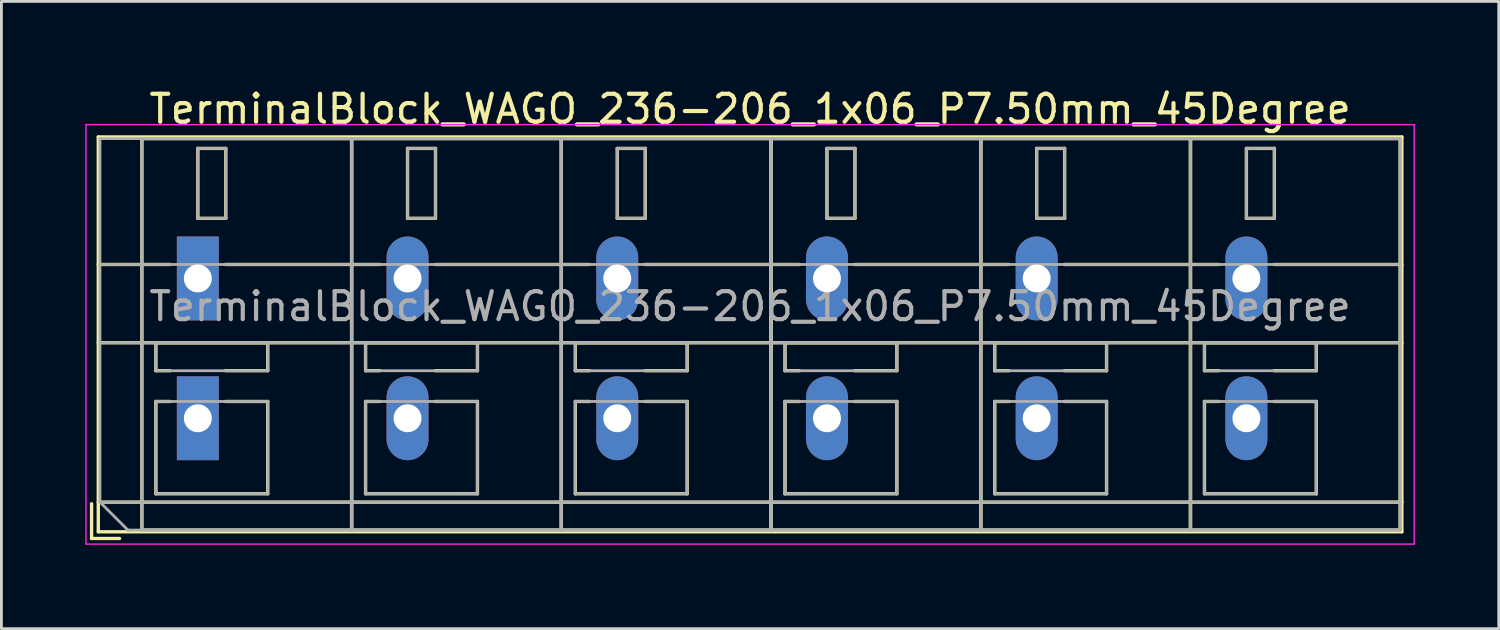
<source format=kicad_pcb>
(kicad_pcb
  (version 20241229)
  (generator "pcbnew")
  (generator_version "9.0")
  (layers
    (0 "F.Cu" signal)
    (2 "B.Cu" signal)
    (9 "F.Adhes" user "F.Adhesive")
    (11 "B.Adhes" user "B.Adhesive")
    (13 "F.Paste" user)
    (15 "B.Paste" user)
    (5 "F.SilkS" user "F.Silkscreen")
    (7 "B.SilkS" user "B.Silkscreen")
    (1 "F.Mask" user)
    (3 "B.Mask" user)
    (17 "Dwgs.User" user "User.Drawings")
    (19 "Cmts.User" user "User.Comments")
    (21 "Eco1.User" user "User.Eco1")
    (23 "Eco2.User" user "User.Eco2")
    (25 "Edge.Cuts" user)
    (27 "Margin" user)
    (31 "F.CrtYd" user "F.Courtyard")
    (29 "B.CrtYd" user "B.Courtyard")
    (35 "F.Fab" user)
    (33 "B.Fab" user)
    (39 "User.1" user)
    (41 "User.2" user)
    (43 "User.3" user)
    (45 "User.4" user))
  (footprint "TerminalBlock_WAGO_236-206_1x06_P7.50mm_45Degree"
    (layer "F.Cu")
    (at 4.025 11.908)
    (property "Reference" "TerminalBlock_WAGO_236-206_1x06_P7.50mm_45Degree" (at 19.75 -11.06 0) (layer "F.SilkS") (effects (font (size 1 1) (thickness 0.15))))
    (attr through_hole)
    (fp_line (start -3.8 3.06) (end -3.8 4.3) (stroke (width 0.12) (type solid)) (layer "F.SilkS"))
    (fp_line (start -3.8 4.3) (end -2.8 4.3) (stroke (width 0.12) (type solid)) (layer "F.SilkS"))
    (fp_line (start -3.56 -10.06) (end -3.56 4.06) (stroke (width 0.12) (type solid)) (layer "F.SilkS"))
    (fp_line (start -3.56 -10.06) (end 43.06 -10.06) (stroke (width 0.12) (type solid)) (layer "F.SilkS"))
    (fp_line (start -3.56 -5.5) (end -0.99 -5.5) (stroke (width 0.12) (type solid)) (layer "F.SilkS"))
    (fp_line (start -3.56 -2.7) (end 43.06 -2.7) (stroke (width 0.12) (type solid)) (layer "F.SilkS"))
    (fp_line (start -3.56 3) (end 43.06 3) (stroke (width 0.12) (type solid)) (layer "F.SilkS"))
    (fp_line (start -3.56 4.06) (end 43.06 4.06) (stroke (width 0.12) (type solid)) (layer "F.SilkS"))
    (fp_line (start -2 -10) (end -2 4) (stroke (width 0.12) (type solid)) (layer "F.SilkS"))
    (fp_line (start -2 -10) (end 5.5 -10) (stroke (width 0.12) (type solid)) (layer "F.SilkS"))
    (fp_line (start -2 4) (end 5.5 4) (stroke (width 0.12) (type solid)) (layer "F.SilkS"))
    (fp_line (start -1.5 -2.7) (end -1.5 -1.701) (stroke (width 0.12) (type solid)) (layer "F.SilkS"))
    (fp_line (start -1.5 -2.7) (end 2.5 -2.7) (stroke (width 0.12) (type solid)) (layer "F.SilkS"))
    (fp_line (start -1.5 -1.701) (end -0.99 -1.701) (stroke (width 0.12) (type solid)) (layer "F.SilkS"))
    (fp_line (start -1.5 -0.6) (end -1.5 2.7) (stroke (width 0.12) (type solid)) (layer "F.SilkS"))
    (fp_line (start -1.5 -0.6) (end -0.99 -0.6) (stroke (width 0.12) (type solid)) (layer "F.SilkS"))
    (fp_line (start -1.5 2.7) (end 2.5 2.7) (stroke (width 0.12) (type solid)) (layer "F.SilkS"))
    (fp_line (start 0 -9.65) (end 0 -7.15) (stroke (width 0.12) (type solid)) (layer "F.SilkS"))
    (fp_line (start 0 -9.65) (end 1 -9.65) (stroke (width 0.12) (type solid)) (layer "F.SilkS"))
    (fp_line (start 0 -7.15) (end 1 -7.15) (stroke (width 0.12) (type solid)) (layer "F.SilkS"))
    (fp_line (start 0.99 -5.5) (end 6.51 -5.5) (stroke (width 0.12) (type solid)) (layer "F.SilkS"))
    (fp_line (start 0.99 -1.701) (end 2.5 -1.701) (stroke (width 0.12) (type solid)) (layer "F.SilkS"))
    (fp_line (start 0.99 -0.6) (end 2.5 -0.6) (stroke (width 0.12) (type solid)) (layer "F.SilkS"))
    (fp_line (start 1 -9.65) (end 1 -7.15) (stroke (width 0.12) (type solid)) (layer "F.SilkS"))
    (fp_line (start 2.5 -2.7) (end 2.5 -1.701) (stroke (width 0.12) (type solid)) (layer "F.SilkS"))
    (fp_line (start 2.5 -0.6) (end 2.5 2.7) (stroke (width 0.12) (type solid)) (layer "F.SilkS"))
    (fp_line (start 5.5 -10) (end 5.5 4) (stroke (width 0.12) (type solid)) (layer "F.SilkS"))
    (fp_line (start 5.5 -10) (end 5.5 4) (stroke (width 0.12) (type solid)) (layer "F.SilkS"))
    (fp_line (start 5.5 -10) (end 13 -10) (stroke (width 0.12) (type solid)) (layer "F.SilkS"))
    (fp_line (start 5.5 4) (end 13 4) (stroke (width 0.12) (type solid)) (layer "F.SilkS"))
    (fp_line (start 6 -2.7) (end 6 -1.701) (stroke (width 0.12) (type solid)) (layer "F.SilkS"))
    (fp_line (start 6 -2.7) (end 10 -2.7) (stroke (width 0.12) (type solid)) (layer "F.SilkS"))
    (fp_line (start 6 -1.701) (end 6.51 -1.701) (stroke (width 0.12) (type solid)) (layer "F.SilkS"))
    (fp_line (start 6 -0.6) (end 6 2.7) (stroke (width 0.12) (type solid)) (layer "F.SilkS"))
    (fp_line (start 6 -0.6) (end 6.51 -0.6) (stroke (width 0.12) (type solid)) (layer "F.SilkS"))
    (fp_line (start 6 2.7) (end 10 2.7) (stroke (width 0.12) (type solid)) (layer "F.SilkS"))
    (fp_line (start 7.5 -9.65) (end 7.5 -7.15) (stroke (width 0.12) (type solid)) (layer "F.SilkS"))
    (fp_line (start 7.5 -9.65) (end 8.5 -9.65) (stroke (width 0.12) (type solid)) (layer "F.SilkS"))
    (fp_line (start 7.5 -7.15) (end 8.5 -7.15) (stroke (width 0.12) (type solid)) (layer "F.SilkS"))
    (fp_line (start 8.49 -5.5) (end 14.01 -5.5) (stroke (width 0.12) (type solid)) (layer "F.SilkS"))
    (fp_line (start 8.49 -1.701) (end 10 -1.701) (stroke (width 0.12) (type solid)) (layer "F.SilkS"))
    (fp_line (start 8.49 -0.6) (end 10 -0.6) (stroke (width 0.12) (type solid)) (layer "F.SilkS"))
    (fp_line (start 8.5 -9.65) (end 8.5 -7.15) (stroke (width 0.12) (type solid)) (layer "F.SilkS"))
    (fp_line (start 10 -2.7) (end 10 -1.701) (stroke (width 0.12) (type solid)) (layer "F.SilkS"))
    (fp_line (start 10 -0.6) (end 10 2.7) (stroke (width 0.12) (type solid)) (layer "F.SilkS"))
    (fp_line (start 13 -10) (end 13 4) (stroke (width 0.12) (type solid)) (layer "F.SilkS"))
    (fp_line (start 13 -10) (end 13 4) (stroke (width 0.12) (type solid)) (layer "F.SilkS"))
    (fp_line (start 13 -10) (end 20.5 -10) (stroke (width 0.12) (type solid)) (layer "F.SilkS"))
    (fp_line (start 13 4) (end 20.5 4) (stroke (width 0.12) (type solid)) (layer "F.SilkS"))
    (fp_line (start 13.5 -2.7) (end 13.5 -1.701) (stroke (width 0.12) (type solid)) (layer "F.SilkS"))
    (fp_line (start 13.5 -2.7) (end 17.5 -2.7) (stroke (width 0.12) (type solid)) (layer "F.SilkS"))
    (fp_line (start 13.5 -1.701) (end 14.01 -1.701) (stroke (width 0.12) (type solid)) (layer "F.SilkS"))
    (fp_line (start 13.5 -0.6) (end 13.5 2.7) (stroke (width 0.12) (type solid)) (layer "F.SilkS"))
    (fp_line (start 13.5 -0.6) (end 14.01 -0.6) (stroke (width 0.12) (type solid)) (layer "F.SilkS"))
    (fp_line (start 13.5 2.7) (end 17.5 2.7) (stroke (width 0.12) (type solid)) (layer "F.SilkS"))
    (fp_line (start 15 -9.65) (end 15 -7.15) (stroke (width 0.12) (type solid)) (layer "F.SilkS"))
    (fp_line (start 15 -9.65) (end 16 -9.65) (stroke (width 0.12) (type solid)) (layer "F.SilkS"))
    (fp_line (start 15 -7.15) (end 16 -7.15) (stroke (width 0.12) (type solid)) (layer "F.SilkS"))
    (fp_line (start 15.99 -5.5) (end 21.51 -5.5) (stroke (width 0.12) (type solid)) (layer "F.SilkS"))
    (fp_line (start 15.99 -1.701) (end 17.5 -1.701) (stroke (width 0.12) (type solid)) (layer "F.SilkS"))
    (fp_line (start 15.99 -0.6) (end 17.5 -0.6) (stroke (width 0.12) (type solid)) (layer "F.SilkS"))
    (fp_line (start 16 -9.65) (end 16 -7.15) (stroke (width 0.12) (type solid)) (layer "F.SilkS"))
    (fp_line (start 17.5 -2.7) (end 17.5 -1.701) (stroke (width 0.12) (type solid)) (layer "F.SilkS"))
    (fp_line (start 17.5 -0.6) (end 17.5 2.7) (stroke (width 0.12) (type solid)) (layer "F.SilkS"))
    (fp_line (start 20.5 -10) (end 20.5 4) (stroke (width 0.12) (type solid)) (layer "F.SilkS"))
    (fp_line (start 20.5 -10) (end 20.5 4) (stroke (width 0.12) (type solid)) (layer "F.SilkS"))
    (fp_line (start 20.5 -10) (end 28 -10) (stroke (width 0.12) (type solid)) (layer "F.SilkS"))
    (fp_line (start 20.5 4) (end 28 4) (stroke (width 0.12) (type solid)) (layer "F.SilkS"))
    (fp_line (start 21 -2.7) (end 21 -1.701) (stroke (width 0.12) (type solid)) (layer "F.SilkS"))
    (fp_line (start 21 -2.7) (end 25 -2.7) (stroke (width 0.12) (type solid)) (layer "F.SilkS"))
    (fp_line (start 21 -1.701) (end 21.51 -1.701) (stroke (width 0.12) (type solid)) (layer "F.SilkS"))
    (fp_line (start 21 -0.6) (end 21 2.7) (stroke (width 0.12) (type solid)) (layer "F.SilkS"))
    (fp_line (start 21 -0.6) (end 21.51 -0.6) (stroke (width 0.12) (type solid)) (layer "F.SilkS"))
    (fp_line (start 21 2.7) (end 25 2.7) (stroke (width 0.12) (type solid)) (layer "F.SilkS"))
    (fp_line (start 22.5 -9.65) (end 22.5 -7.15) (stroke (width 0.12) (type solid)) (layer "F.SilkS"))
    (fp_line (start 22.5 -9.65) (end 23.5 -9.65) (stroke (width 0.12) (type solid)) (layer "F.SilkS"))
    (fp_line (start 22.5 -7.15) (end 23.5 -7.15) (stroke (width 0.12) (type solid)) (layer "F.SilkS"))
    (fp_line (start 23.49 -5.5) (end 29.01 -5.5) (stroke (width 0.12) (type solid)) (layer "F.SilkS"))
    (fp_line (start 23.49 -1.701) (end 25 -1.701) (stroke (width 0.12) (type solid)) (layer "F.SilkS"))
    (fp_line (start 23.49 -0.6) (end 25 -0.6) (stroke (width 0.12) (type solid)) (layer "F.SilkS"))
    (fp_line (start 23.5 -9.65) (end 23.5 -7.15) (stroke (width 0.12) (type solid)) (layer "F.SilkS"))
    (fp_line (start 25 -2.7) (end 25 -1.701) (stroke (width 0.12) (type solid)) (layer "F.SilkS"))
    (fp_line (start 25 -0.6) (end 25 2.7) (stroke (width 0.12) (type solid)) (layer "F.SilkS"))
    (fp_line (start 28 -10) (end 28 4) (stroke (width 0.12) (type solid)) (layer "F.SilkS"))
    (fp_line (start 28 -10) (end 28 4) (stroke (width 0.12) (type solid)) (layer "F.SilkS"))
    (fp_line (start 28 -10) (end 35.5 -10) (stroke (width 0.12) (type solid)) (layer "F.SilkS"))
    (fp_line (start 28 4) (end 35.5 4) (stroke (width 0.12) (type solid)) (layer "F.SilkS"))
    (fp_line (start 28.5 -2.7) (end 28.5 -1.701) (stroke (width 0.12) (type solid)) (layer "F.SilkS"))
    (fp_line (start 28.5 -2.7) (end 32.5 -2.7) (stroke (width 0.12) (type solid)) (layer "F.SilkS"))
    (fp_line (start 28.5 -1.701) (end 29.01 -1.701) (stroke (width 0.12) (type solid)) (layer "F.SilkS"))
    (fp_line (start 28.5 -0.6) (end 28.5 2.7) (stroke (width 0.12) (type solid)) (layer "F.SilkS"))
    (fp_line (start 28.5 -0.6) (end 29.01 -0.6) (stroke (width 0.12) (type solid)) (layer "F.SilkS"))
    (fp_line (start 28.5 2.7) (end 32.5 2.7) (stroke (width 0.12) (type solid)) (layer "F.SilkS"))
    (fp_line (start 30 -9.65) (end 30 -7.15) (stroke (width 0.12) (type solid)) (layer "F.SilkS"))
    (fp_line (start 30 -9.65) (end 31 -9.65) (stroke (width 0.12) (type solid)) (layer "F.SilkS"))
    (fp_line (start 30 -7.15) (end 31 -7.15) (stroke (width 0.12) (type solid)) (layer "F.SilkS"))
    (fp_line (start 30.99 -5.5) (end 36.51 -5.5) (stroke (width 0.12) (type solid)) (layer "F.SilkS"))
    (fp_line (start 30.99 -1.701) (end 32.5 -1.701) (stroke (width 0.12) (type solid)) (layer "F.SilkS"))
    (fp_line (start 30.99 -0.6) (end 32.5 -0.6) (stroke (width 0.12) (type solid)) (layer "F.SilkS"))
    (fp_line (start 31 -9.65) (end 31 -7.15) (stroke (width 0.12) (type solid)) (layer "F.SilkS"))
    (fp_line (start 32.5 -2.7) (end 32.5 -1.701) (stroke (width 0.12) (type solid)) (layer "F.SilkS"))
    (fp_line (start 32.5 -0.6) (end 32.5 2.7) (stroke (width 0.12) (type solid)) (layer "F.SilkS"))
    (fp_line (start 35.5 -10) (end 35.5 4) (stroke (width 0.12) (type solid)) (layer "F.SilkS"))
    (fp_line (start 35.5 -10) (end 35.5 4) (stroke (width 0.12) (type solid)) (layer "F.SilkS"))
    (fp_line (start 35.5 -10) (end 43 -10) (stroke (width 0.12) (type solid)) (layer "F.SilkS"))
    (fp_line (start 35.5 4) (end 43 4) (stroke (width 0.12) (type solid)) (layer "F.SilkS"))
    (fp_line (start 36 -2.7) (end 36 -1.701) (stroke (width 0.12) (type solid)) (layer "F.SilkS"))
    (fp_line (start 36 -2.7) (end 40 -2.7) (stroke (width 0.12) (type solid)) (layer "F.SilkS"))
    (fp_line (start 36 -1.701) (end 36.51 -1.701) (stroke (width 0.12) (type solid)) (layer "F.SilkS"))
    (fp_line (start 36 -0.6) (end 36 2.7) (stroke (width 0.12) (type solid)) (layer "F.SilkS"))
    (fp_line (start 36 -0.6) (end 36.51 -0.6) (stroke (width 0.12) (type solid)) (layer "F.SilkS"))
    (fp_line (start 36 2.7) (end 40 2.7) (stroke (width 0.12) (type solid)) (layer "F.SilkS"))
    (fp_line (start 37.5 -9.65) (end 37.5 -7.15) (stroke (width 0.12) (type solid)) (layer "F.SilkS"))
    (fp_line (start 37.5 -9.65) (end 38.5 -9.65) (stroke (width 0.12) (type solid)) (layer "F.SilkS"))
    (fp_line (start 37.5 -7.15) (end 38.5 -7.15) (stroke (width 0.12) (type solid)) (layer "F.SilkS"))
    (fp_line (start 38.49 -5.5) (end 43.06 -5.5) (stroke (width 0.12) (type solid)) (layer "F.SilkS"))
    (fp_line (start 38.49 -1.701) (end 40 -1.701) (stroke (width 0.12) (type solid)) (layer "F.SilkS"))
    (fp_line (start 38.49 -0.6) (end 40 -0.6) (stroke (width 0.12) (type solid)) (layer "F.SilkS"))
    (fp_line (start 38.5 -9.65) (end 38.5 -7.15) (stroke (width 0.12) (type solid)) (layer "F.SilkS"))
    (fp_line (start 40 -2.7) (end 40 -1.701) (stroke (width 0.12) (type solid)) (layer "F.SilkS"))
    (fp_line (start 40 -0.6) (end 40 2.7) (stroke (width 0.12) (type solid)) (layer "F.SilkS"))
    (fp_line (start 43 -10) (end 43 4) (stroke (width 0.12) (type solid)) (layer "F.SilkS"))
    (fp_line (start 43.06 -10.06) (end 43.06 4.06) (stroke (width 0.12) (type solid)) (layer "F.SilkS"))
    (fp_line (start -4 -10.5) (end -4 4.5) (stroke (width 0.05) (type solid)) (layer "F.CrtYd"))
    (fp_line (start -4 4.5) (end 43.5 4.5) (stroke (width 0.05) (type solid)) (layer "F.CrtYd"))
    (fp_line (start 43.5 -10.5) (end -4 -10.5) (stroke (width 0.05) (type solid)) (layer "F.CrtYd"))
    (fp_line (start 43.5 4.5) (end 43.5 -10.5) (stroke (width 0.05) (type solid)) (layer "F.CrtYd"))
    (fp_line (start -3.5 -10) (end 43 -10) (stroke (width 0.1) (type solid)) (layer "F.Fab"))
    (fp_line (start -3.5 -5.5) (end 43 -5.5) (stroke (width 0.1) (type solid)) (layer "F.Fab"))
    (fp_line (start -3.5 -2.7) (end 43 -2.7) (stroke (width 0.1) (type solid)) (layer "F.Fab"))
    (fp_line (start -3.5 3) (end -3.5 -10) (stroke (width 0.1) (type solid)) (layer "F.Fab"))
    (fp_line (start -3.5 3) (end 43 3) (stroke (width 0.1) (type solid)) (layer "F.Fab"))
    (fp_line (start -2.5 4) (end -3.5 3) (stroke (width 0.1) (type solid)) (layer "F.Fab"))
    (fp_line (start -2 -10) (end -2 4) (stroke (width 0.1) (type solid)) (layer "F.Fab"))
    (fp_line (start -2 4) (end 5.5 4) (stroke (width 0.1) (type solid)) (layer "F.Fab"))
    (fp_line (start -1.5 -2.7) (end -1.5 -1.7) (stroke (width 0.1) (type solid)) (layer "F.Fab"))
    (fp_line (start -1.5 -1.7) (end 2.5 -1.7) (stroke (width 0.1) (type solid)) (layer "F.Fab"))
    (fp_line (start -1.5 -0.6) (end -1.5 2.7) (stroke (width 0.1) (type solid)) (layer "F.Fab"))
    (fp_line (start -1.5 2.7) (end 2.5 2.7) (stroke (width 0.1) (type solid)) (layer "F.Fab"))
    (fp_line (start 0 -9.65) (end 0 -7.15) (stroke (width 0.1) (type solid)) (layer "F.Fab"))
    (fp_line (start 0 -7.15) (end 1 -7.15) (stroke (width 0.1) (type solid)) (layer "F.Fab"))
    (fp_line (start 1 -9.65) (end 0 -9.65) (stroke (width 0.1) (type solid)) (layer "F.Fab"))
    (fp_line (start 1 -7.15) (end 1 -9.65) (stroke (width 0.1) (type solid)) (layer "F.Fab"))
    (fp_line (start 2.5 -2.7) (end -1.5 -2.7) (stroke (width 0.1) (type solid)) (layer "F.Fab"))
    (fp_line (start 2.5 -1.7) (end 2.5 -2.7) (stroke (width 0.1) (type solid)) (layer "F.Fab"))
    (fp_line (start 2.5 -0.6) (end -1.5 -0.6) (stroke (width 0.1) (type solid)) (layer "F.Fab"))
    (fp_line (start 2.5 2.7) (end 2.5 -0.6) (stroke (width 0.1) (type solid)) (layer "F.Fab"))
    (fp_line (start 5.5 -10) (end -2 -10) (stroke (width 0.1) (type solid)) (layer "F.Fab"))
    (fp_line (start 5.5 -10) (end 5.5 4) (stroke (width 0.1) (type solid)) (layer "F.Fab"))
    (fp_line (start 5.5 4) (end 5.5 -10) (stroke (width 0.1) (type solid)) (layer "F.Fab"))
    (fp_line (start 5.5 4) (end 13 4) (stroke (width 0.1) (type solid)) (layer "F.Fab"))
    (fp_line (start 6 -2.7) (end 6 -1.7) (stroke (width 0.1) (type solid)) (layer "F.Fab"))
    (fp_line (start 6 -1.7) (end 10 -1.7) (stroke (width 0.1) (type solid)) (layer "F.Fab"))
    (fp_line (start 6 -0.6) (end 6 2.7) (stroke (width 0.1) (type solid)) (layer "F.Fab"))
    (fp_line (start 6 2.7) (end 10 2.7) (stroke (width 0.1) (type solid)) (layer "F.Fab"))
    (fp_line (start 7.5 -9.65) (end 7.5 -7.15) (stroke (width 0.1) (type solid)) (layer "F.Fab"))
    (fp_line (start 7.5 -7.15) (end 8.5 -7.15) (stroke (width 0.1) (type solid)) (layer "F.Fab"))
    (fp_line (start 8.5 -9.65) (end 7.5 -9.65) (stroke (width 0.1) (type solid)) (layer "F.Fab"))
    (fp_line (start 8.5 -7.15) (end 8.5 -9.65) (stroke (width 0.1) (type solid)) (layer "F.Fab"))
    (fp_line (start 10 -2.7) (end 6 -2.7) (stroke (width 0.1) (type solid)) (layer "F.Fab"))
    (fp_line (start 10 -1.7) (end 10 -2.7) (stroke (width 0.1) (type solid)) (layer "F.Fab"))
    (fp_line (start 10 -0.6) (end 6 -0.6) (stroke (width 0.1) (type solid)) (layer "F.Fab"))
    (fp_line (start 10 2.7) (end 10 -0.6) (stroke (width 0.1) (type solid)) (layer "F.Fab"))
    (fp_line (start 13 -10) (end 5.5 -10) (stroke (width 0.1) (type solid)) (layer "F.Fab"))
    (fp_line (start 13 -10) (end 13 4) (stroke (width 0.1) (type solid)) (layer "F.Fab"))
    (fp_line (start 13 4) (end 13 -10) (stroke (width 0.1) (type solid)) (layer "F.Fab"))
    (fp_line (start 13 4) (end 20.5 4) (stroke (width 0.1) (type solid)) (layer "F.Fab"))
    (fp_line (start 13.5 -2.7) (end 13.5 -1.7) (stroke (width 0.1) (type solid)) (layer "F.Fab"))
    (fp_line (start 13.5 -1.7) (end 17.5 -1.7) (stroke (width 0.1) (type solid)) (layer "F.Fab"))
    (fp_line (start 13.5 -0.6) (end 13.5 2.7) (stroke (width 0.1) (type solid)) (layer "F.Fab"))
    (fp_line (start 13.5 2.7) (end 17.5 2.7) (stroke (width 0.1) (type solid)) (layer "F.Fab"))
    (fp_line (start 15 -9.65) (end 15 -7.15) (stroke (width 0.1) (type solid)) (layer "F.Fab"))
    (fp_line (start 15 -7.15) (end 16 -7.15) (stroke (width 0.1) (type solid)) (layer "F.Fab"))
    (fp_line (start 16 -9.65) (end 15 -9.65) (stroke (width 0.1) (type solid)) (layer "F.Fab"))
    (fp_line (start 16 -7.15) (end 16 -9.65) (stroke (width 0.1) (type solid)) (layer "F.Fab"))
    (fp_line (start 17.5 -2.7) (end 13.5 -2.7) (stroke (width 0.1) (type solid)) (layer "F.Fab"))
    (fp_line (start 17.5 -1.7) (end 17.5 -2.7) (stroke (width 0.1) (type solid)) (layer "F.Fab"))
    (fp_line (start 17.5 -0.6) (end 13.5 -0.6) (stroke (width 0.1) (type solid)) (layer "F.Fab"))
    (fp_line (start 17.5 2.7) (end 17.5 -0.6) (stroke (width 0.1) (type solid)) (layer "F.Fab"))
    (fp_line (start 20.5 -10) (end 13 -10) (stroke (width 0.1) (type solid)) (layer "F.Fab"))
    (fp_line (start 20.5 -10) (end 20.5 4) (stroke (width 0.1) (type solid)) (layer "F.Fab"))
    (fp_line (start 20.5 4) (end 20.5 -10) (stroke (width 0.1) (type solid)) (layer "F.Fab"))
    (fp_line (start 20.5 4) (end 28 4) (stroke (width 0.1) (type solid)) (layer "F.Fab"))
    (fp_line (start 21 -2.7) (end 21 -1.7) (stroke (width 0.1) (type solid)) (layer "F.Fab"))
    (fp_line (start 21 -1.7) (end 25 -1.7) (stroke (width 0.1) (type solid)) (layer "F.Fab"))
    (fp_line (start 21 -0.6) (end 21 2.7) (stroke (width 0.1) (type solid)) (layer "F.Fab"))
    (fp_line (start 21 2.7) (end 25 2.7) (stroke (width 0.1) (type solid)) (layer "F.Fab"))
    (fp_line (start 22.5 -9.65) (end 22.5 -7.15) (stroke (width 0.1) (type solid)) (layer "F.Fab"))
    (fp_line (start 22.5 -7.15) (end 23.5 -7.15) (stroke (width 0.1) (type solid)) (layer "F.Fab"))
    (fp_line (start 23.5 -9.65) (end 22.5 -9.65) (stroke (width 0.1) (type solid)) (layer "F.Fab"))
    (fp_line (start 23.5 -7.15) (end 23.5 -9.65) (stroke (width 0.1) (type solid)) (layer "F.Fab"))
    (fp_line (start 25 -2.7) (end 21 -2.7) (stroke (width 0.1) (type solid)) (layer "F.Fab"))
    (fp_line (start 25 -1.7) (end 25 -2.7) (stroke (width 0.1) (type solid)) (layer "F.Fab"))
    (fp_line (start 25 -0.6) (end 21 -0.6) (stroke (width 0.1) (type solid)) (layer "F.Fab"))
    (fp_line (start 25 2.7) (end 25 -0.6) (stroke (width 0.1) (type solid)) (layer "F.Fab"))
    (fp_line (start 28 -10) (end 20.5 -10) (stroke (width 0.1) (type solid)) (layer "F.Fab"))
    (fp_line (start 28 -10) (end 28 4) (stroke (width 0.1) (type solid)) (layer "F.Fab"))
    (fp_line (start 28 4) (end 28 -10) (stroke (width 0.1) (type solid)) (layer "F.Fab"))
    (fp_line (start 28 4) (end 35.5 4) (stroke (width 0.1) (type solid)) (layer "F.Fab"))
    (fp_line (start 28.5 -2.7) (end 28.5 -1.7) (stroke (width 0.1) (type solid)) (layer "F.Fab"))
    (fp_line (start 28.5 -1.7) (end 32.5 -1.7) (stroke (width 0.1) (type solid)) (layer "F.Fab"))
    (fp_line (start 28.5 -0.6) (end 28.5 2.7) (stroke (width 0.1) (type solid)) (layer "F.Fab"))
    (fp_line (start 28.5 2.7) (end 32.5 2.7) (stroke (width 0.1) (type solid)) (layer "F.Fab"))
    (fp_line (start 30 -9.65) (end 30 -7.15) (stroke (width 0.1) (type solid)) (layer "F.Fab"))
    (fp_line (start 30 -7.15) (end 31 -7.15) (stroke (width 0.1) (type solid)) (layer "F.Fab"))
    (fp_line (start 31 -9.65) (end 30 -9.65) (stroke (width 0.1) (type solid)) (layer "F.Fab"))
    (fp_line (start 31 -7.15) (end 31 -9.65) (stroke (width 0.1) (type solid)) (layer "F.Fab"))
    (fp_line (start 32.5 -2.7) (end 28.5 -2.7) (stroke (width 0.1) (type solid)) (layer "F.Fab"))
    (fp_line (start 32.5 -1.7) (end 32.5 -2.7) (stroke (width 0.1) (type solid)) (layer "F.Fab"))
    (fp_line (start 32.5 -0.6) (end 28.5 -0.6) (stroke (width 0.1) (type solid)) (layer "F.Fab"))
    (fp_line (start 32.5 2.7) (end 32.5 -0.6) (stroke (width 0.1) (type solid)) (layer "F.Fab"))
    (fp_line (start 35.5 -10) (end 28 -10) (stroke (width 0.1) (type solid)) (layer "F.Fab"))
    (fp_line (start 35.5 -10) (end 35.5 4) (stroke (width 0.1) (type solid)) (layer "F.Fab"))
    (fp_line (start 35.5 4) (end 35.5 -10) (stroke (width 0.1) (type solid)) (layer "F.Fab"))
    (fp_line (start 35.5 4) (end 43 4) (stroke (width 0.1) (type solid)) (layer "F.Fab"))
    (fp_line (start 36 -2.7) (end 36 -1.7) (stroke (width 0.1) (type solid)) (layer "F.Fab"))
    (fp_line (start 36 -1.7) (end 40 -1.7) (stroke (width 0.1) (type solid)) (layer "F.Fab"))
    (fp_line (start 36 -0.6) (end 36 2.7) (stroke (width 0.1) (type solid)) (layer "F.Fab"))
    (fp_line (start 36 2.7) (end 40 2.7) (stroke (width 0.1) (type solid)) (layer "F.Fab"))
    (fp_line (start 37.5 -9.65) (end 37.5 -7.15) (stroke (width 0.1) (type solid)) (layer "F.Fab"))
    (fp_line (start 37.5 -7.15) (end 38.5 -7.15) (stroke (width 0.1) (type solid)) (layer "F.Fab"))
    (fp_line (start 38.5 -9.65) (end 37.5 -9.65) (stroke (width 0.1) (type solid)) (layer "F.Fab"))
    (fp_line (start 38.5 -7.15) (end 38.5 -9.65) (stroke (width 0.1) (type solid)) (layer "F.Fab"))
    (fp_line (start 40 -2.7) (end 36 -2.7) (stroke (width 0.1) (type solid)) (layer "F.Fab"))
    (fp_line (start 40 -1.7) (end 40 -2.7) (stroke (width 0.1) (type solid)) (layer "F.Fab"))
    (fp_line (start 40 -0.6) (end 36 -0.6) (stroke (width 0.1) (type solid)) (layer "F.Fab"))
    (fp_line (start 40 2.7) (end 40 -0.6) (stroke (width 0.1) (type solid)) (layer "F.Fab"))
    (fp_line (start 43 -10) (end 35.5 -10) (stroke (width 0.1) (type solid)) (layer "F.Fab"))
    (fp_line (start 43 -10) (end 43 4) (stroke (width 0.1) (type solid)) (layer "F.Fab"))
    (fp_line (start 43 4) (end -2.5 4) (stroke (width 0.1) (type solid)) (layer "F.Fab"))
    (fp_line (start 43 4) (end 43 -10) (stroke (width 0.1) (type solid)) (layer "F.Fab"))
    (fp_text user "${REFERENCE}" (at 19.75 -4 0) (layer "F.Fab") (effects (font (size 1 1) (thickness 0.15))))
    (pad "1" thru_hole rect (at 0 -5) (size 1.5 3) (drill 1) (layers "*.Cu" "*.Mask"))
    (pad "1" thru_hole rect (at 0 0) (size 1.5 3) (drill 1) (layers "*.Cu" "*.Mask"))
    (pad "2" thru_hole oval (at 7.5 -5) (size 1.5 3) (drill 1) (layers "*.Cu" "*.Mask"))
    (pad "2" thru_hole oval (at 7.5 0) (size 1.5 3) (drill 1) (layers "*.Cu" "*.Mask"))
    (pad "3" thru_hole oval (at 15 -5) (size 1.5 3) (drill 1) (layers "*.Cu" "*.Mask"))
    (pad "3" thru_hole oval (at 15 0) (size 1.5 3) (drill 1) (layers "*.Cu" "*.Mask"))
    (pad "4" thru_hole oval (at 22.5 -5) (size 1.5 3) (drill 1) (layers "*.Cu" "*.Mask"))
    (pad "4" thru_hole oval (at 22.5 0) (size 1.5 3) (drill 1) (layers "*.Cu" "*.Mask"))
    (pad "5" thru_hole oval (at 30 -5) (size 1.5 3) (drill 1) (layers "*.Cu" "*.Mask"))
    (pad "5" thru_hole oval (at 30 0) (size 1.5 3) (drill 1) (layers "*.Cu" "*.Mask"))
    (pad "6" thru_hole oval (at 37.5 -5) (size 1.5 3) (drill 1) (layers "*.Cu" "*.Mask"))
    (pad "6" thru_hole oval (at 37.5 0) (size 1.5 3) (drill 1) (layers "*.Cu" "*.Mask")))
  (gr_rect
    (start -3 -3)
    (end 50.55 19.433)
    (stroke (width 0.1) (type default))
    (fill no)
    (layer "Edge.Cuts")))
</source>
